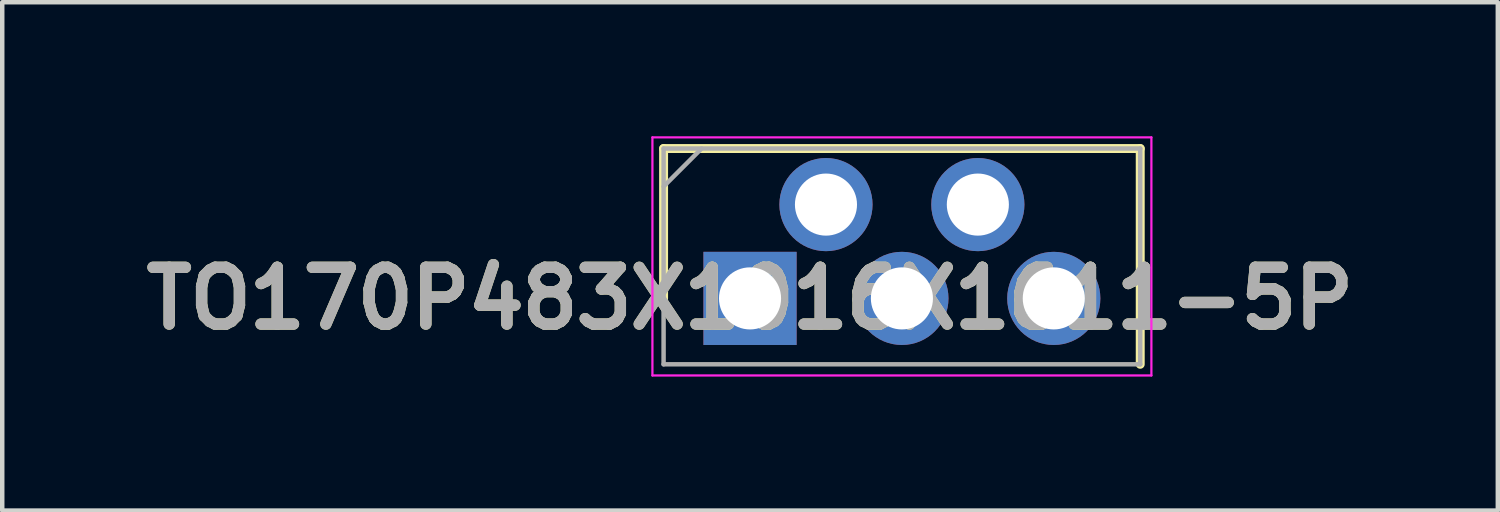
<source format=kicad_pcb>
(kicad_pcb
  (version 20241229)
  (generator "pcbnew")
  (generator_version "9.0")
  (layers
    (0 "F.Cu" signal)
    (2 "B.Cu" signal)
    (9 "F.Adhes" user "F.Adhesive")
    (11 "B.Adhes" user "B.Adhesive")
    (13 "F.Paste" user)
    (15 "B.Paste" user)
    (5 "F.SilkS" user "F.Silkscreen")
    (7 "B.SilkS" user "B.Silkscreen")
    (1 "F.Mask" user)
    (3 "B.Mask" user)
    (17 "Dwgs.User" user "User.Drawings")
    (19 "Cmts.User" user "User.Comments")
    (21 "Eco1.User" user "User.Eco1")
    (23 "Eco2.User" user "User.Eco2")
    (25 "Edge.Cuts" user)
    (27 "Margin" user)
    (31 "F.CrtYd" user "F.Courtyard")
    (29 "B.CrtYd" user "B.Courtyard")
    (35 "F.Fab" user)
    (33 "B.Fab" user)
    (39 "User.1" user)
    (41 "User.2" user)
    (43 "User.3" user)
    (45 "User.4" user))
  (footprint "TO170P483X1016X1611-5P"
    (layer "F.Cu")
    (at 13.74 3.63)
    (property "Reference" "TO170P483X1016X1611-5P" (at 0 0 0) (layer "F.SilkS") (effects (font (size 1.27 1.27) (thickness 0.254))))
    (attr through_hole)
    (fp_line (start -1.935 -3.355) (end -1.935 0) (stroke (width 0.2) (type solid)) (layer "F.SilkS"))
    (fp_line (start 8.735 -3.355) (end -1.935 -3.355) (stroke (width 0.2) (type solid)) (layer "F.SilkS"))
    (fp_line (start 8.735 1.475) (end 8.735 -3.355) (stroke (width 0.2) (type solid)) (layer "F.SilkS"))
    (fp_line (start -2.185 -3.605) (end 8.985 -3.605) (stroke (width 0.05) (type solid)) (layer "F.CrtYd"))
    (fp_line (start -2.185 1.725) (end -2.185 -3.605) (stroke (width 0.05) (type solid)) (layer "F.CrtYd"))
    (fp_line (start 8.985 -3.605) (end 8.985 1.725) (stroke (width 0.05) (type solid)) (layer "F.CrtYd"))
    (fp_line (start 8.985 1.725) (end -2.185 1.725) (stroke (width 0.05) (type solid)) (layer "F.CrtYd"))
    (fp_line (start -1.935 -3.355) (end 8.735 -3.355) (stroke (width 0.1) (type solid)) (layer "F.Fab"))
    (fp_line (start -1.935 -2.505) (end -1.085 -3.355) (stroke (width 0.1) (type solid)) (layer "F.Fab"))
    (fp_line (start -1.935 1.475) (end -1.935 -3.355) (stroke (width 0.1) (type solid)) (layer "F.Fab"))
    (fp_line (start 8.735 -3.355) (end 8.735 1.475) (stroke (width 0.1) (type solid)) (layer "F.Fab"))
    (fp_line (start 8.735 1.475) (end -1.935 1.475) (stroke (width 0.1) (type solid)) (layer "F.Fab"))
    (fp_text user "${REFERENCE}" (at 0 0 0) (layer "F.Fab") (effects (font (size 1.27 1.27) (thickness 0.254))))
    (pad "1" thru_hole rect (at 0 0) (size 2.085 2.085) (drill 1.39) (layers "*.Cu" "*.Mask"))
    (pad "2" thru_hole circle (at 1.7 -2.1) (size 2.085 2.085) (drill 1.39) (layers "*.Cu" "*.Mask"))
    (pad "3" thru_hole circle (at 3.4 0) (size 2.085 2.085) (drill 1.39) (layers "*.Cu" "*.Mask"))
    (pad "4" thru_hole circle (at 5.1 -2.1) (size 2.085 2.085) (drill 1.39) (layers "*.Cu" "*.Mask"))
    (pad "5" thru_hole circle (at 6.8 0) (size 2.085 2.085) (drill 1.39) (layers "*.Cu" "*.Mask")))
  (gr_rect
    (start -3 -3)
    (end 30.48 8.38)
    (stroke (width 0.1) (type default))
    (fill no)
    (layer "Edge.Cuts")))
</source>
